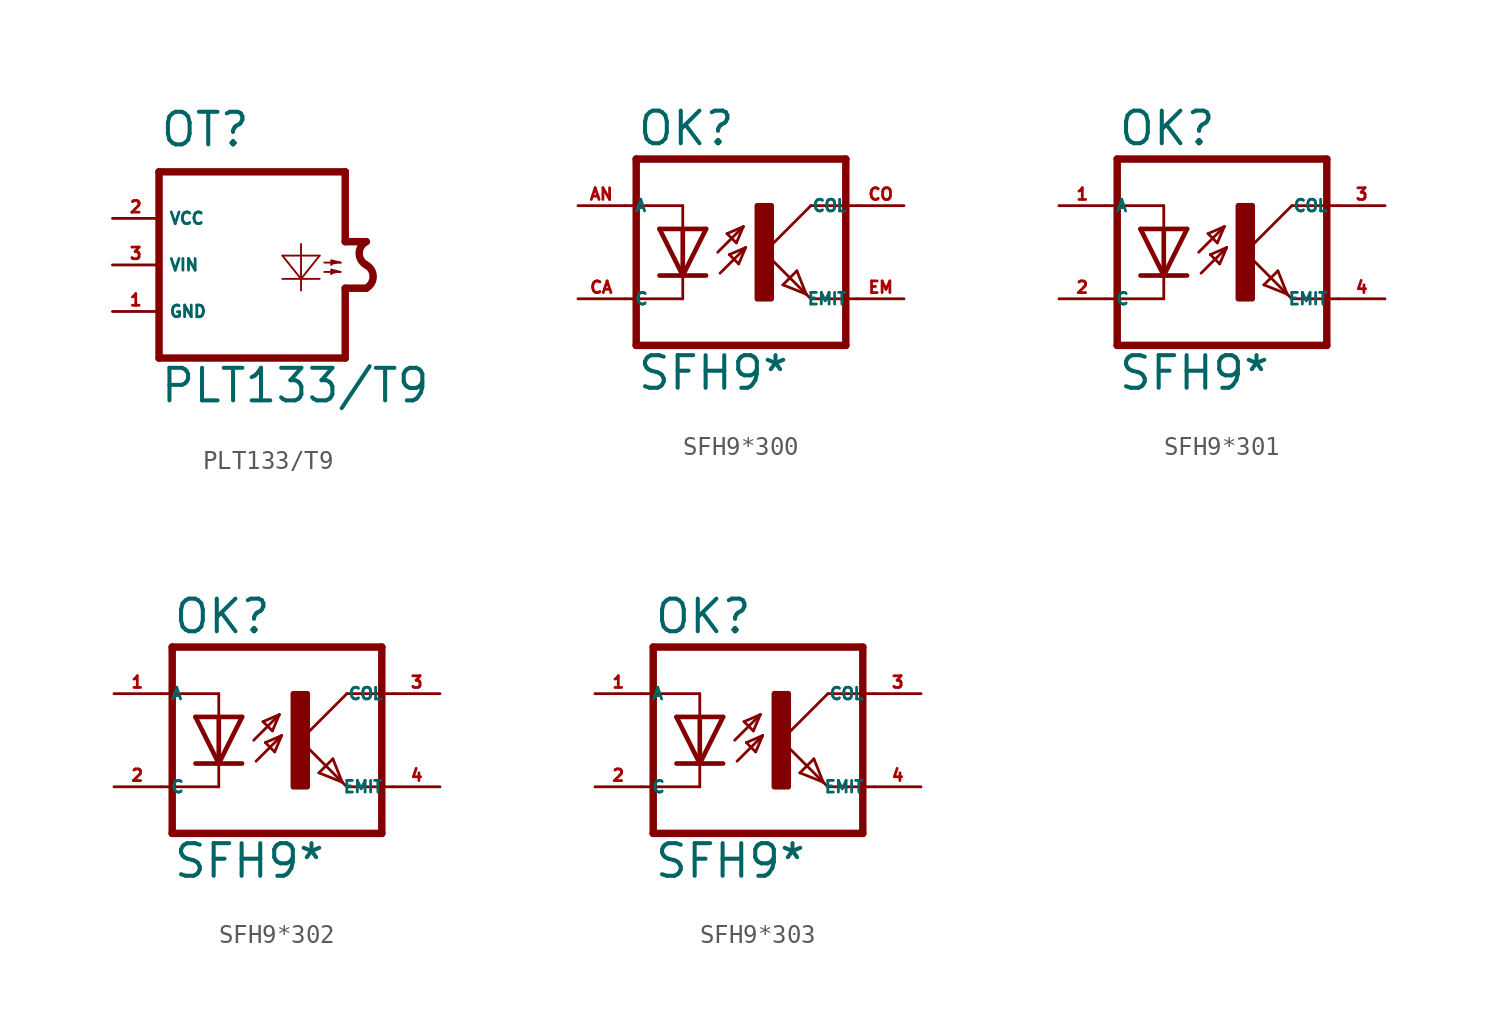
<source format=kicad_sym>
(kicad_symbol_lib
  (version 20220914)
  (generator kicad_symbol_editor)
  (symbol "PLT133/T9"
    (property "Reference" "OT"
      (at -7.62 6.35 0)
      (effects (font (size 1.778 1.778) (thickness 0.22)) (justify left bottom)))
    (property "Value" "PLT133/T9"
      (at -7.62 -7.62 0)
      (effects (font (size 1.778 1.778) (thickness 0.22)) (justify left bottom)))
    (symbol "PLT133/T9_1_1"
      (polyline (pts (xy -7.62 5.08) (xy -7.62 -5.08)) (stroke (width 0.406) (type default)) (fill (type none)))
      (polyline (pts (xy 0.127 -1.397) (xy 0.127 -0.762)) (stroke (width 0.102) (type default)) (fill (type none)))
      (polyline (pts (xy 0.127 -0.762) (xy -0.889 -0.762)) (stroke (width 0.102) (type default)) (fill (type none)))
      (polyline (pts (xy 0.127 -0.762) (xy -0.889 0.508)) (stroke (width 0.102) (type default)) (fill (type none)))
      (polyline (pts (xy 0.127 -0.762) (xy 0.127 1.143)) (stroke (width 0.102) (type default)) (fill (type none)))
      (polyline (pts (xy 1.143 -0.762) (xy 0.127 -0.762)) (stroke (width 0.102) (type default)) (fill (type none)))
      (polyline (pts (xy 1.143 0.508) (xy -0.889 0.508)) (stroke (width 0.102) (type default)) (fill (type none)))
      (polyline (pts (xy 1.143 0.508) (xy 0.127 -0.762)) (stroke (width 0.102) (type default)) (fill (type none)))
      (polyline (pts (xy 1.397 -0.381) (xy 2.286 -0.381)) (stroke (width 0.102) (type default)) (fill (type none)))
      (polyline (pts (xy 1.397 0.127) (xy 2.286 0.127)) (stroke (width 0.102) (type default)) (fill (type none)))
      (polyline (pts (xy 2.54 -5.08) (xy -7.62 -5.08)) (stroke (width 0.406) (type default)) (fill (type none)))
      (polyline (pts (xy 2.54 -1.27) (xy 2.54 -5.08)) (stroke (width 0.406) (type default)) (fill (type none)))
      (polyline (pts (xy 2.54 1.27) (xy 3.683 1.27)) (stroke (width 0.406) (type default)) (fill (type none)))
      (polyline (pts (xy 2.54 5.08) (xy -7.62 5.08)) (stroke (width 0.406) (type default)) (fill (type none)))
      (polyline (pts (xy 2.54 5.08) (xy 2.54 1.27)) (stroke (width 0.406) (type default)) (fill (type none)))
      (polyline (pts (xy 3.683 -1.27) (xy 2.54 -1.27)) (stroke (width 0.406) (type default)) (fill (type none)))
      (polyline (pts (xy 2.286 -0.381) (xy 1.778 -0.254) (xy 1.778 -0.508)) (stroke (width 0.102) (type default)) (fill (type outline)))
      (polyline (pts (xy 2.286 0.127) (xy 1.778 0.254) (xy 1.778 0)) (stroke (width 0.102) (type default)) (fill (type outline)))
      (arc (start 3.683 -1.27) (mid 4.064 -0.635) (end 3.683 0) (stroke (width 0.4064) (type default)) (fill (type none)))
      (arc (start 3.683 1.27) (mid 3.302 0.635) (end 3.683 0) (stroke (width 0.4064) (type default)) (fill (type none)))
      (pin unspecified line (at -10.16 -2.54 0) (length 2.54) (name "GND" (effects (font (size 0.635 0.635)))) (number "1" (effects (font (size 0.635 0.635)))))
      (pin unspecified line (at -10.16 2.54 0) (length 2.54) (name "VCC" (effects (font (size 0.635 0.635)))) (number "2" (effects (font (size 0.635 0.635)))))
      (pin input line (at -10.16 0 0) (length 2.54) (name "VIN" (effects (font (size 0.635 0.635)))) (number "3" (effects (font (size 0.635 0.635)))))))
  (symbol "SFH9*300"
    (property "Reference" "OK"
      (at -6.985 5.715 0)
      (effects (font (size 1.778 1.778) (thickness 0.22)) (justify left bottom)))
    (property "Value" "SFH9*"
      (at -6.985 -7.62 0)
      (effects (font (size 1.778 1.778) (thickness 0.22)) (justify left bottom)))
    (symbol "SFH9*300_1_1"
      (rectangle (start -0.381 -2.54) (end 0.381 2.54) (stroke (width 0.3) (type default)) (fill (type outline)))
      (polyline (pts (xy -6.985 -5.08) (xy 4.445 -5.08)) (stroke (width 0.406) (type default)) (fill (type none)))
      (polyline (pts (xy -6.985 5.08) (xy -6.985 -5.08)) (stroke (width 0.406) (type default)) (fill (type none)))
      (polyline (pts (xy -6.985 5.08) (xy 4.445 5.08)) (stroke (width 0.406) (type default)) (fill (type none)))
      (polyline (pts (xy -4.445 -2.54) (xy -7.62 -2.54)) (stroke (width 0.152) (type default)) (fill (type none)))
      (polyline (pts (xy -4.445 -1.27) (xy -5.715 -1.27)) (stroke (width 0.254) (type default)) (fill (type none)))
      (polyline (pts (xy -4.445 -1.27) (xy -5.715 1.27)) (stroke (width 0.254) (type default)) (fill (type none)))
      (polyline (pts (xy -4.445 -1.27) (xy -4.445 -2.54)) (stroke (width 0.152) (type default)) (fill (type none)))
      (polyline (pts (xy -4.445 1.27) (xy -5.715 1.27)) (stroke (width 0.254) (type default)) (fill (type none)))
      (polyline (pts (xy -4.445 1.27) (xy -4.445 -1.27)) (stroke (width 0.254) (type default)) (fill (type none)))
      (polyline (pts (xy -4.445 2.54) (xy -7.62 2.54)) (stroke (width 0.152) (type default)) (fill (type none)))
      (polyline (pts (xy -4.445 2.54) (xy -4.445 1.27)) (stroke (width 0.152) (type default)) (fill (type none)))
      (polyline (pts (xy -3.175 -1.27) (xy -4.445 -1.27)) (stroke (width 0.254) (type default)) (fill (type none)))
      (polyline (pts (xy -3.175 1.27) (xy -4.445 -1.27)) (stroke (width 0.254) (type default)) (fill (type none)))
      (polyline (pts (xy -3.175 1.27) (xy -4.445 1.27)) (stroke (width 0.254) (type default)) (fill (type none)))
      (polyline (pts (xy -2.54 0) (xy -1.143 1.397)) (stroke (width 0.152) (type default)) (fill (type none)))
      (polyline (pts (xy -2.413 -1.143) (xy -1.016 0.254)) (stroke (width 0.152) (type default)) (fill (type none)))
      (polyline (pts (xy -2.032 1.016) (xy -1.524 0.508)) (stroke (width 0.152) (type default)) (fill (type none)))
      (polyline (pts (xy -1.905 -0.127) (xy -1.397 -0.635)) (stroke (width 0.152) (type default)) (fill (type none)))
      (polyline (pts (xy -1.524 0.508) (xy -1.143 1.397)) (stroke (width 0.152) (type default)) (fill (type none)))
      (polyline (pts (xy -1.397 -0.635) (xy -1.016 0.254)) (stroke (width 0.152) (type default)) (fill (type none)))
      (polyline (pts (xy -1.143 1.397) (xy -2.032 1.016)) (stroke (width 0.152) (type default)) (fill (type none)))
      (polyline (pts (xy -1.016 0.254) (xy -1.905 -0.127)) (stroke (width 0.152) (type default)) (fill (type none)))
      (polyline (pts (xy 0 0) (xy 2.286 -2.286)) (stroke (width 0.152) (type default)) (fill (type none)))
      (polyline (pts (xy 1.016 -1.778) (xy 1.778 -1.016)) (stroke (width 0.152) (type default)) (fill (type none)))
      (polyline (pts (xy 1.778 -1.016) (xy 2.286 -2.286)) (stroke (width 0.152) (type default)) (fill (type none)))
      (polyline (pts (xy 2.286 -2.286) (xy 1.016 -1.778)) (stroke (width 0.152) (type default)) (fill (type none)))
      (polyline (pts (xy 2.286 -2.286) (xy 2.54 -2.54)) (stroke (width 0.152) (type default)) (fill (type none)))
      (polyline (pts (xy 2.54 -2.54) (xy 5.08 -2.54)) (stroke (width 0.152) (type default)) (fill (type none)))
      (polyline (pts (xy 2.54 2.54) (xy 0 0)) (stroke (width 0.152) (type default)) (fill (type none)))
      (polyline (pts (xy 2.54 2.54) (xy 5.08 2.54)) (stroke (width 0.152) (type default)) (fill (type none)))
      (polyline (pts (xy 4.445 5.08) (xy 4.445 -5.08)) (stroke (width 0.406) (type default)) (fill (type none)))
      (pin passive line (at -10.16 2.54 0) (length 2.54) (name "A" (effects (font (size 0.635 0.635)))) (number "AN" (effects (font (size 0.635 0.635)))))
      (pin passive line (at -10.16 -2.54 0) (length 2.54) (name "C" (effects (font (size 0.635 0.635)))) (number "CA" (effects (font (size 0.635 0.635)))))
      (pin passive line (at 7.62 2.54 180) (length 2.54) (name "COL" (effects (font (size 0.635 0.635)))) (number "CO" (effects (font (size 0.635 0.635)))))
      (pin passive line (at 7.62 -2.54 180) (length 2.54) (name "EMIT" (effects (font (size 0.635 0.635)))) (number "EM" (effects (font (size 0.635 0.635)))))))
  (symbol "SFH9*301"
    (property "Reference" "OK"
      (at -6.985 5.715 0)
      (effects (font (size 1.778 1.778) (thickness 0.22)) (justify left bottom)))
    (property "Value" "SFH9*"
      (at -6.985 -7.62 0)
      (effects (font (size 1.778 1.778) (thickness 0.22)) (justify left bottom)))
    (symbol "SFH9*301_1_1"
      (rectangle (start -0.381 -2.54) (end 0.381 2.54) (stroke (width 0.3) (type default)) (fill (type outline)))
      (polyline (pts (xy -6.985 -5.08) (xy 4.445 -5.08)) (stroke (width 0.406) (type default)) (fill (type none)))
      (polyline (pts (xy -6.985 5.08) (xy -6.985 -5.08)) (stroke (width 0.406) (type default)) (fill (type none)))
      (polyline (pts (xy -6.985 5.08) (xy 4.445 5.08)) (stroke (width 0.406) (type default)) (fill (type none)))
      (polyline (pts (xy -4.445 -2.54) (xy -7.62 -2.54)) (stroke (width 0.152) (type default)) (fill (type none)))
      (polyline (pts (xy -4.445 -1.27) (xy -5.715 -1.27)) (stroke (width 0.254) (type default)) (fill (type none)))
      (polyline (pts (xy -4.445 -1.27) (xy -5.715 1.27)) (stroke (width 0.254) (type default)) (fill (type none)))
      (polyline (pts (xy -4.445 -1.27) (xy -4.445 -2.54)) (stroke (width 0.152) (type default)) (fill (type none)))
      (polyline (pts (xy -4.445 1.27) (xy -5.715 1.27)) (stroke (width 0.254) (type default)) (fill (type none)))
      (polyline (pts (xy -4.445 1.27) (xy -4.445 -1.27)) (stroke (width 0.254) (type default)) (fill (type none)))
      (polyline (pts (xy -4.445 2.54) (xy -7.62 2.54)) (stroke (width 0.152) (type default)) (fill (type none)))
      (polyline (pts (xy -4.445 2.54) (xy -4.445 1.27)) (stroke (width 0.152) (type default)) (fill (type none)))
      (polyline (pts (xy -3.175 -1.27) (xy -4.445 -1.27)) (stroke (width 0.254) (type default)) (fill (type none)))
      (polyline (pts (xy -3.175 1.27) (xy -4.445 -1.27)) (stroke (width 0.254) (type default)) (fill (type none)))
      (polyline (pts (xy -3.175 1.27) (xy -4.445 1.27)) (stroke (width 0.254) (type default)) (fill (type none)))
      (polyline (pts (xy -2.54 0) (xy -1.143 1.397)) (stroke (width 0.152) (type default)) (fill (type none)))
      (polyline (pts (xy -2.413 -1.143) (xy -1.016 0.254)) (stroke (width 0.152) (type default)) (fill (type none)))
      (polyline (pts (xy -2.032 1.016) (xy -1.524 0.508)) (stroke (width 0.152) (type default)) (fill (type none)))
      (polyline (pts (xy -1.905 -0.127) (xy -1.397 -0.635)) (stroke (width 0.152) (type default)) (fill (type none)))
      (polyline (pts (xy -1.524 0.508) (xy -1.143 1.397)) (stroke (width 0.152) (type default)) (fill (type none)))
      (polyline (pts (xy -1.397 -0.635) (xy -1.016 0.254)) (stroke (width 0.152) (type default)) (fill (type none)))
      (polyline (pts (xy -1.143 1.397) (xy -2.032 1.016)) (stroke (width 0.152) (type default)) (fill (type none)))
      (polyline (pts (xy -1.016 0.254) (xy -1.905 -0.127)) (stroke (width 0.152) (type default)) (fill (type none)))
      (polyline (pts (xy 0 0) (xy 2.286 -2.286)) (stroke (width 0.152) (type default)) (fill (type none)))
      (polyline (pts (xy 1.016 -1.778) (xy 1.778 -1.016)) (stroke (width 0.152) (type default)) (fill (type none)))
      (polyline (pts (xy 1.778 -1.016) (xy 2.286 -2.286)) (stroke (width 0.152) (type default)) (fill (type none)))
      (polyline (pts (xy 2.286 -2.286) (xy 1.016 -1.778)) (stroke (width 0.152) (type default)) (fill (type none)))
      (polyline (pts (xy 2.286 -2.286) (xy 2.54 -2.54)) (stroke (width 0.152) (type default)) (fill (type none)))
      (polyline (pts (xy 2.54 -2.54) (xy 5.08 -2.54)) (stroke (width 0.152) (type default)) (fill (type none)))
      (polyline (pts (xy 2.54 2.54) (xy 0 0)) (stroke (width 0.152) (type default)) (fill (type none)))
      (polyline (pts (xy 2.54 2.54) (xy 5.08 2.54)) (stroke (width 0.152) (type default)) (fill (type none)))
      (polyline (pts (xy 4.445 5.08) (xy 4.445 -5.08)) (stroke (width 0.406) (type default)) (fill (type none)))
      (pin passive line (at -10.16 2.54 0) (length 2.54) (name "A" (effects (font (size 0.635 0.635)))) (number "1" (effects (font (size 0.635 0.635)))))
      (pin passive line (at -10.16 -2.54 0) (length 2.54) (name "C" (effects (font (size 0.635 0.635)))) (number "2" (effects (font (size 0.635 0.635)))))
      (pin passive line (at 7.62 2.54 180) (length 2.54) (name "COL" (effects (font (size 0.635 0.635)))) (number "3" (effects (font (size 0.635 0.635)))))
      (pin passive line (at 7.62 -2.54 180) (length 2.54) (name "EMIT" (effects (font (size 0.635 0.635)))) (number "4" (effects (font (size 0.635 0.635)))))))
  (symbol "SFH9*302"
    (property "Reference" "OK"
      (at -6.985 5.715 0)
      (effects (font (size 1.778 1.778) (thickness 0.22)) (justify left bottom)))
    (property "Value" "SFH9*"
      (at -6.985 -7.62 0)
      (effects (font (size 1.778 1.778) (thickness 0.22)) (justify left bottom)))
    (symbol "SFH9*302_1_1"
      (rectangle (start -0.381 -2.54) (end 0.381 2.54) (stroke (width 0.3) (type default)) (fill (type outline)))
      (polyline (pts (xy -6.985 -5.08) (xy 4.445 -5.08)) (stroke (width 0.406) (type default)) (fill (type none)))
      (polyline (pts (xy -6.985 5.08) (xy -6.985 -5.08)) (stroke (width 0.406) (type default)) (fill (type none)))
      (polyline (pts (xy -6.985 5.08) (xy 4.445 5.08)) (stroke (width 0.406) (type default)) (fill (type none)))
      (polyline (pts (xy -4.445 -2.54) (xy -7.62 -2.54)) (stroke (width 0.152) (type default)) (fill (type none)))
      (polyline (pts (xy -4.445 -1.27) (xy -5.715 -1.27)) (stroke (width 0.254) (type default)) (fill (type none)))
      (polyline (pts (xy -4.445 -1.27) (xy -5.715 1.27)) (stroke (width 0.254) (type default)) (fill (type none)))
      (polyline (pts (xy -4.445 -1.27) (xy -4.445 -2.54)) (stroke (width 0.152) (type default)) (fill (type none)))
      (polyline (pts (xy -4.445 1.27) (xy -5.715 1.27)) (stroke (width 0.254) (type default)) (fill (type none)))
      (polyline (pts (xy -4.445 1.27) (xy -4.445 -1.27)) (stroke (width 0.254) (type default)) (fill (type none)))
      (polyline (pts (xy -4.445 2.54) (xy -7.62 2.54)) (stroke (width 0.152) (type default)) (fill (type none)))
      (polyline (pts (xy -4.445 2.54) (xy -4.445 1.27)) (stroke (width 0.152) (type default)) (fill (type none)))
      (polyline (pts (xy -3.175 -1.27) (xy -4.445 -1.27)) (stroke (width 0.254) (type default)) (fill (type none)))
      (polyline (pts (xy -3.175 1.27) (xy -4.445 -1.27)) (stroke (width 0.254) (type default)) (fill (type none)))
      (polyline (pts (xy -3.175 1.27) (xy -4.445 1.27)) (stroke (width 0.254) (type default)) (fill (type none)))
      (polyline (pts (xy -2.54 0) (xy -1.143 1.397)) (stroke (width 0.152) (type default)) (fill (type none)))
      (polyline (pts (xy -2.413 -1.143) (xy -1.016 0.254)) (stroke (width 0.152) (type default)) (fill (type none)))
      (polyline (pts (xy -2.032 1.016) (xy -1.524 0.508)) (stroke (width 0.152) (type default)) (fill (type none)))
      (polyline (pts (xy -1.905 -0.127) (xy -1.397 -0.635)) (stroke (width 0.152) (type default)) (fill (type none)))
      (polyline (pts (xy -1.524 0.508) (xy -1.143 1.397)) (stroke (width 0.152) (type default)) (fill (type none)))
      (polyline (pts (xy -1.397 -0.635) (xy -1.016 0.254)) (stroke (width 0.152) (type default)) (fill (type none)))
      (polyline (pts (xy -1.143 1.397) (xy -2.032 1.016)) (stroke (width 0.152) (type default)) (fill (type none)))
      (polyline (pts (xy -1.016 0.254) (xy -1.905 -0.127)) (stroke (width 0.152) (type default)) (fill (type none)))
      (polyline (pts (xy 0 0) (xy 2.286 -2.286)) (stroke (width 0.152) (type default)) (fill (type none)))
      (polyline (pts (xy 1.016 -1.778) (xy 1.778 -1.016)) (stroke (width 0.152) (type default)) (fill (type none)))
      (polyline (pts (xy 1.778 -1.016) (xy 2.286 -2.286)) (stroke (width 0.152) (type default)) (fill (type none)))
      (polyline (pts (xy 2.286 -2.286) (xy 1.016 -1.778)) (stroke (width 0.152) (type default)) (fill (type none)))
      (polyline (pts (xy 2.286 -2.286) (xy 2.54 -2.54)) (stroke (width 0.152) (type default)) (fill (type none)))
      (polyline (pts (xy 2.54 -2.54) (xy 5.08 -2.54)) (stroke (width 0.152) (type default)) (fill (type none)))
      (polyline (pts (xy 2.54 2.54) (xy 0 0)) (stroke (width 0.152) (type default)) (fill (type none)))
      (polyline (pts (xy 2.54 2.54) (xy 5.08 2.54)) (stroke (width 0.152) (type default)) (fill (type none)))
      (polyline (pts (xy 4.445 5.08) (xy 4.445 -5.08)) (stroke (width 0.406) (type default)) (fill (type none)))
      (pin passive line (at -10.16 2.54 0) (length 2.54) (name "A" (effects (font (size 0.635 0.635)))) (number "1" (effects (font (size 0.635 0.635)))))
      (pin passive line (at -10.16 -2.54 0) (length 2.54) (name "C" (effects (font (size 0.635 0.635)))) (number "2" (effects (font (size 0.635 0.635)))))
      (pin passive line (at 7.62 2.54 180) (length 2.54) (name "COL" (effects (font (size 0.635 0.635)))) (number "3" (effects (font (size 0.635 0.635)))))
      (pin passive line (at 7.62 -2.54 180) (length 2.54) (name "EMIT" (effects (font (size 0.635 0.635)))) (number "4" (effects (font (size 0.635 0.635)))))))
  (symbol "SFH9*303"
    (property "Reference" "OK"
      (at -6.985 5.715 0)
      (effects (font (size 1.778 1.778) (thickness 0.22)) (justify left bottom)))
    (property "Value" "SFH9*"
      (at -6.985 -7.62 0)
      (effects (font (size 1.778 1.778) (thickness 0.22)) (justify left bottom)))
    (symbol "SFH9*303_1_1"
      (rectangle (start -0.381 -2.54) (end 0.381 2.54) (stroke (width 0.3) (type default)) (fill (type outline)))
      (polyline (pts (xy -6.985 -5.08) (xy 4.445 -5.08)) (stroke (width 0.406) (type default)) (fill (type none)))
      (polyline (pts (xy -6.985 5.08) (xy -6.985 -5.08)) (stroke (width 0.406) (type default)) (fill (type none)))
      (polyline (pts (xy -6.985 5.08) (xy 4.445 5.08)) (stroke (width 0.406) (type default)) (fill (type none)))
      (polyline (pts (xy -4.445 -2.54) (xy -7.62 -2.54)) (stroke (width 0.152) (type default)) (fill (type none)))
      (polyline (pts (xy -4.445 -1.27) (xy -5.715 -1.27)) (stroke (width 0.254) (type default)) (fill (type none)))
      (polyline (pts (xy -4.445 -1.27) (xy -5.715 1.27)) (stroke (width 0.254) (type default)) (fill (type none)))
      (polyline (pts (xy -4.445 -1.27) (xy -4.445 -2.54)) (stroke (width 0.152) (type default)) (fill (type none)))
      (polyline (pts (xy -4.445 1.27) (xy -5.715 1.27)) (stroke (width 0.254) (type default)) (fill (type none)))
      (polyline (pts (xy -4.445 1.27) (xy -4.445 -1.27)) (stroke (width 0.254) (type default)) (fill (type none)))
      (polyline (pts (xy -4.445 2.54) (xy -7.62 2.54)) (stroke (width 0.152) (type default)) (fill (type none)))
      (polyline (pts (xy -4.445 2.54) (xy -4.445 1.27)) (stroke (width 0.152) (type default)) (fill (type none)))
      (polyline (pts (xy -3.175 -1.27) (xy -4.445 -1.27)) (stroke (width 0.254) (type default)) (fill (type none)))
      (polyline (pts (xy -3.175 1.27) (xy -4.445 -1.27)) (stroke (width 0.254) (type default)) (fill (type none)))
      (polyline (pts (xy -3.175 1.27) (xy -4.445 1.27)) (stroke (width 0.254) (type default)) (fill (type none)))
      (polyline (pts (xy -2.54 0) (xy -1.143 1.397)) (stroke (width 0.152) (type default)) (fill (type none)))
      (polyline (pts (xy -2.413 -1.143) (xy -1.016 0.254)) (stroke (width 0.152) (type default)) (fill (type none)))
      (polyline (pts (xy -2.032 1.016) (xy -1.524 0.508)) (stroke (width 0.152) (type default)) (fill (type none)))
      (polyline (pts (xy -1.905 -0.127) (xy -1.397 -0.635)) (stroke (width 0.152) (type default)) (fill (type none)))
      (polyline (pts (xy -1.524 0.508) (xy -1.143 1.397)) (stroke (width 0.152) (type default)) (fill (type none)))
      (polyline (pts (xy -1.397 -0.635) (xy -1.016 0.254)) (stroke (width 0.152) (type default)) (fill (type none)))
      (polyline (pts (xy -1.143 1.397) (xy -2.032 1.016)) (stroke (width 0.152) (type default)) (fill (type none)))
      (polyline (pts (xy -1.016 0.254) (xy -1.905 -0.127)) (stroke (width 0.152) (type default)) (fill (type none)))
      (polyline (pts (xy 0 0) (xy 2.286 -2.286)) (stroke (width 0.152) (type default)) (fill (type none)))
      (polyline (pts (xy 1.016 -1.778) (xy 1.778 -1.016)) (stroke (width 0.152) (type default)) (fill (type none)))
      (polyline (pts (xy 1.778 -1.016) (xy 2.286 -2.286)) (stroke (width 0.152) (type default)) (fill (type none)))
      (polyline (pts (xy 2.286 -2.286) (xy 1.016 -1.778)) (stroke (width 0.152) (type default)) (fill (type none)))
      (polyline (pts (xy 2.286 -2.286) (xy 2.54 -2.54)) (stroke (width 0.152) (type default)) (fill (type none)))
      (polyline (pts (xy 2.54 -2.54) (xy 5.08 -2.54)) (stroke (width 0.152) (type default)) (fill (type none)))
      (polyline (pts (xy 2.54 2.54) (xy 0 0)) (stroke (width 0.152) (type default)) (fill (type none)))
      (polyline (pts (xy 2.54 2.54) (xy 5.08 2.54)) (stroke (width 0.152) (type default)) (fill (type none)))
      (polyline (pts (xy 4.445 5.08) (xy 4.445 -5.08)) (stroke (width 0.406) (type default)) (fill (type none)))
      (pin passive line (at -10.16 2.54 0) (length 2.54) (name "A" (effects (font (size 0.635 0.635)))) (number "1" (effects (font (size 0.635 0.635)))))
      (pin passive line (at -10.16 -2.54 0) (length 2.54) (name "C" (effects (font (size 0.635 0.635)))) (number "2" (effects (font (size 0.635 0.635)))))
      (pin passive line (at 7.62 2.54 180) (length 2.54) (name "COL" (effects (font (size 0.635 0.635)))) (number "3" (effects (font (size 0.635 0.635)))))
      (pin passive line (at 7.62 -2.54 180) (length 2.54) (name "EMIT" (effects (font (size 0.635 0.635)))) (number "4" (effects (font (size 0.635 0.635))))))))
</source>
